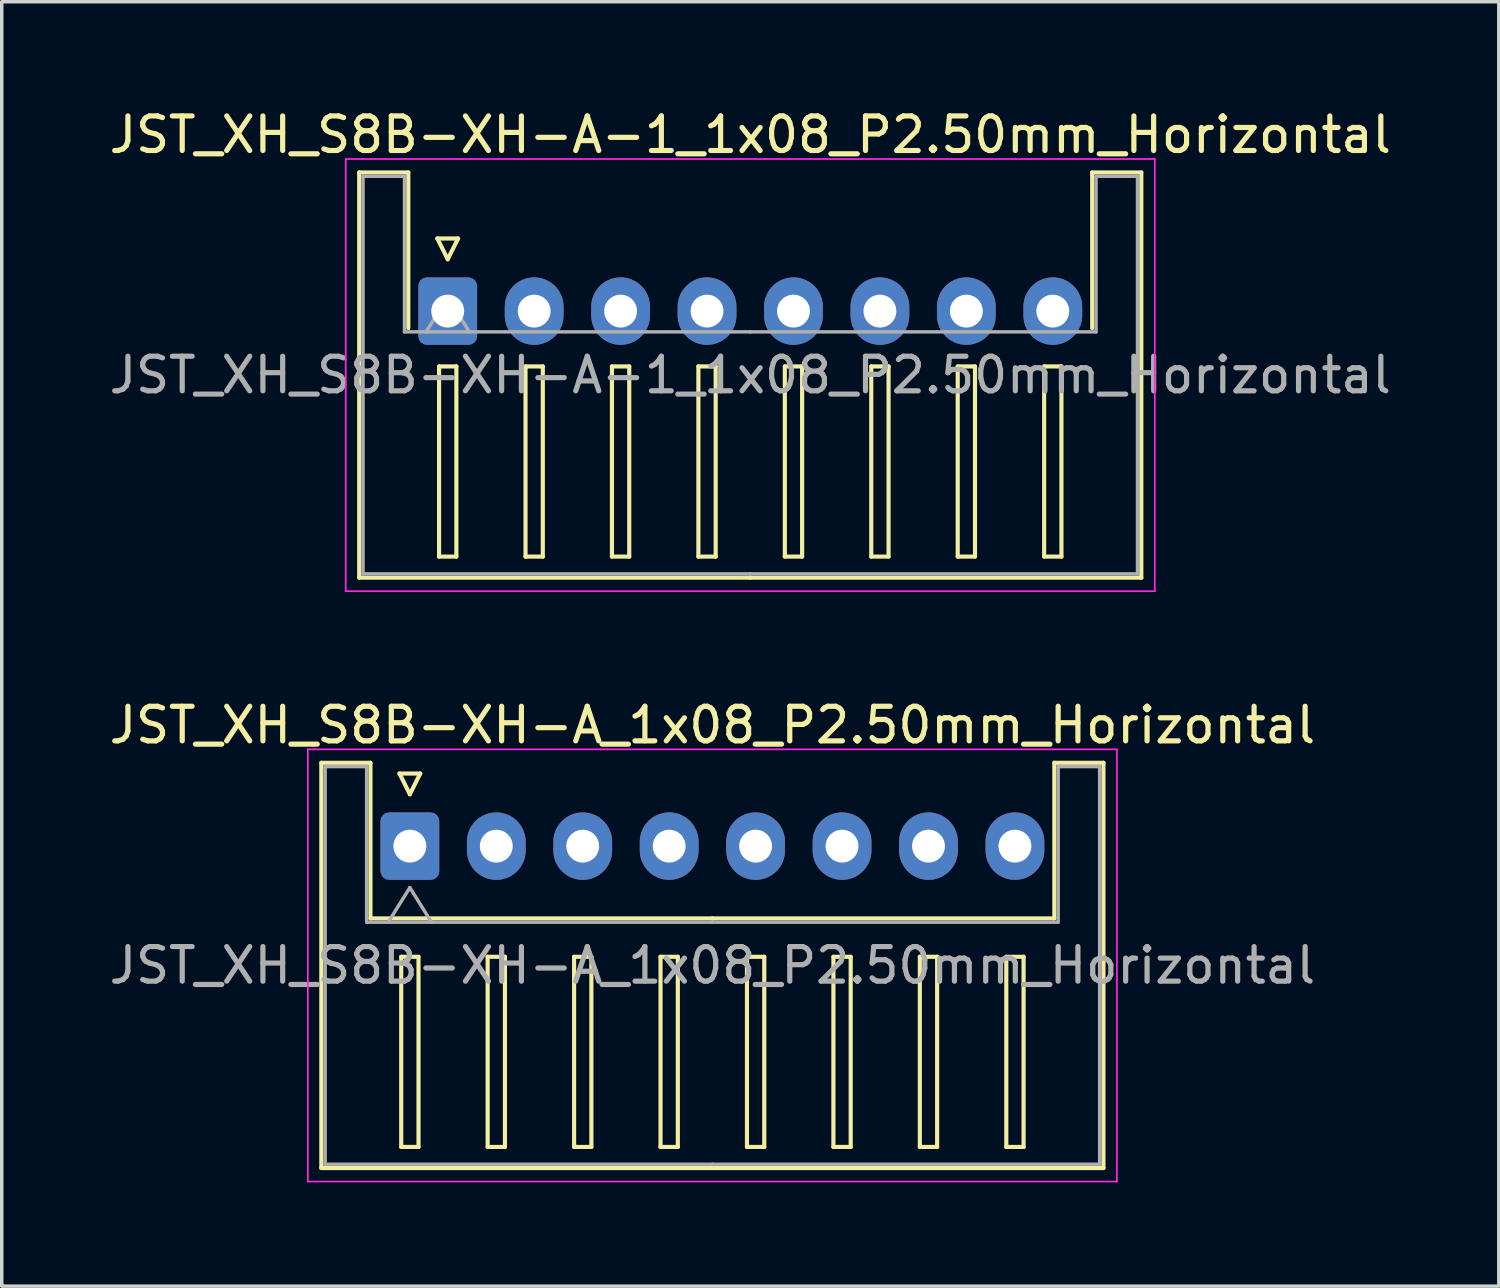
<source format=kicad_pcb>
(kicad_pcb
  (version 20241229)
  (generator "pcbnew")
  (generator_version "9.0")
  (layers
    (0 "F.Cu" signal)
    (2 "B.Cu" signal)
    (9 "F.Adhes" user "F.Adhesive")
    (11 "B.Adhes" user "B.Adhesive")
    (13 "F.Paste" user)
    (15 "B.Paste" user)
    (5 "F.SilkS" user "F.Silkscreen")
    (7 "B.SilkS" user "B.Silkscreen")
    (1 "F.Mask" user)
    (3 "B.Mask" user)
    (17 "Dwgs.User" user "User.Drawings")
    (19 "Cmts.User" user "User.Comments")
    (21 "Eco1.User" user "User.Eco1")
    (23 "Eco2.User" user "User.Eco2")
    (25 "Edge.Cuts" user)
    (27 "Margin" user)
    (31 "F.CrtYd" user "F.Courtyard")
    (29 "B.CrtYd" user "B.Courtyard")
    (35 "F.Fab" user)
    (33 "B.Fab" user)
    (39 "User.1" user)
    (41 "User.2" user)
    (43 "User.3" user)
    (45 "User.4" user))
  (footprint "JST_XH_S8B-XH-A-1_1x08_P2.50mm_Horizontal"
    (layer "F.Cu")
    (at 9.899 5.948)
    (property "Reference" "JST_XH_S8B-XH-A-1_1x08_P2.50mm_Horizontal" (at 8.75 -5.1 0) (layer "F.SilkS") (effects (font (size 1 1) (thickness 0.15))))
    (attr through_hole)
    (fp_line (start -2.56 -4.01) (end -1.14 -4.01) (stroke (width 0.12) (type solid)) (layer "F.SilkS"))
    (fp_line (start -2.56 7.71) (end -2.56 -4.01) (stroke (width 0.12) (type solid)) (layer "F.SilkS"))
    (fp_line (start -1.14 -4.01) (end -1.14 0.49) (stroke (width 0.12) (type solid)) (layer "F.SilkS"))
    (fp_line (start -0.3 -2.1) (end 0.3 -2.1) (stroke (width 0.12) (type solid)) (layer "F.SilkS"))
    (fp_line (start -0.25 1.6) (end -0.25 7.1) (stroke (width 0.12) (type solid)) (layer "F.SilkS"))
    (fp_line (start -0.25 7.1) (end 0.25 7.1) (stroke (width 0.12) (type solid)) (layer "F.SilkS"))
    (fp_line (start 0 -1.5) (end -0.3 -2.1) (stroke (width 0.12) (type solid)) (layer "F.SilkS"))
    (fp_line (start 0.25 1.6) (end -0.25 1.6) (stroke (width 0.12) (type solid)) (layer "F.SilkS"))
    (fp_line (start 0.25 7.1) (end 0.25 1.6) (stroke (width 0.12) (type solid)) (layer "F.SilkS"))
    (fp_line (start 0.3 -2.1) (end 0 -1.5) (stroke (width 0.12) (type solid)) (layer "F.SilkS"))
    (fp_line (start 2.25 1.6) (end 2.25 7.1) (stroke (width 0.12) (type solid)) (layer "F.SilkS"))
    (fp_line (start 2.25 7.1) (end 2.75 7.1) (stroke (width 0.12) (type solid)) (layer "F.SilkS"))
    (fp_line (start 2.75 1.6) (end 2.25 1.6) (stroke (width 0.12) (type solid)) (layer "F.SilkS"))
    (fp_line (start 2.75 7.1) (end 2.75 1.6) (stroke (width 0.12) (type solid)) (layer "F.SilkS"))
    (fp_line (start 4.75 1.6) (end 4.75 7.1) (stroke (width 0.12) (type solid)) (layer "F.SilkS"))
    (fp_line (start 4.75 7.1) (end 5.25 7.1) (stroke (width 0.12) (type solid)) (layer "F.SilkS"))
    (fp_line (start 5.25 1.6) (end 4.75 1.6) (stroke (width 0.12) (type solid)) (layer "F.SilkS"))
    (fp_line (start 5.25 7.1) (end 5.25 1.6) (stroke (width 0.12) (type solid)) (layer "F.SilkS"))
    (fp_line (start 7.25 1.6) (end 7.25 7.1) (stroke (width 0.12) (type solid)) (layer "F.SilkS"))
    (fp_line (start 7.25 7.1) (end 7.75 7.1) (stroke (width 0.12) (type solid)) (layer "F.SilkS"))
    (fp_line (start 7.75 1.6) (end 7.25 1.6) (stroke (width 0.12) (type solid)) (layer "F.SilkS"))
    (fp_line (start 7.75 7.1) (end 7.75 1.6) (stroke (width 0.12) (type solid)) (layer "F.SilkS"))
    (fp_line (start 8.75 7.71) (end -2.56 7.71) (stroke (width 0.12) (type solid)) (layer "F.SilkS"))
    (fp_line (start 8.75 7.71) (end 20.06 7.71) (stroke (width 0.12) (type solid)) (layer "F.SilkS"))
    (fp_line (start 9.75 1.6) (end 9.75 7.1) (stroke (width 0.12) (type solid)) (layer "F.SilkS"))
    (fp_line (start 9.75 7.1) (end 10.25 7.1) (stroke (width 0.12) (type solid)) (layer "F.SilkS"))
    (fp_line (start 10.25 1.6) (end 9.75 1.6) (stroke (width 0.12) (type solid)) (layer "F.SilkS"))
    (fp_line (start 10.25 7.1) (end 10.25 1.6) (stroke (width 0.12) (type solid)) (layer "F.SilkS"))
    (fp_line (start 12.25 1.6) (end 12.25 7.1) (stroke (width 0.12) (type solid)) (layer "F.SilkS"))
    (fp_line (start 12.25 7.1) (end 12.75 7.1) (stroke (width 0.12) (type solid)) (layer "F.SilkS"))
    (fp_line (start 12.75 1.6) (end 12.25 1.6) (stroke (width 0.12) (type solid)) (layer "F.SilkS"))
    (fp_line (start 12.75 7.1) (end 12.75 1.6) (stroke (width 0.12) (type solid)) (layer "F.SilkS"))
    (fp_line (start 14.75 1.6) (end 14.75 7.1) (stroke (width 0.12) (type solid)) (layer "F.SilkS"))
    (fp_line (start 14.75 7.1) (end 15.25 7.1) (stroke (width 0.12) (type solid)) (layer "F.SilkS"))
    (fp_line (start 15.25 1.6) (end 14.75 1.6) (stroke (width 0.12) (type solid)) (layer "F.SilkS"))
    (fp_line (start 15.25 7.1) (end 15.25 1.6) (stroke (width 0.12) (type solid)) (layer "F.SilkS"))
    (fp_line (start 17.25 1.6) (end 17.25 7.1) (stroke (width 0.12) (type solid)) (layer "F.SilkS"))
    (fp_line (start 17.25 7.1) (end 17.75 7.1) (stroke (width 0.12) (type solid)) (layer "F.SilkS"))
    (fp_line (start 17.75 1.6) (end 17.25 1.6) (stroke (width 0.12) (type solid)) (layer "F.SilkS"))
    (fp_line (start 17.75 7.1) (end 17.75 1.6) (stroke (width 0.12) (type solid)) (layer "F.SilkS"))
    (fp_line (start 18.64 -4.01) (end 18.64 0.49) (stroke (width 0.12) (type solid)) (layer "F.SilkS"))
    (fp_line (start 20.06 -4.01) (end 18.64 -4.01) (stroke (width 0.12) (type solid)) (layer "F.SilkS"))
    (fp_line (start 20.06 7.71) (end 20.06 -4.01) (stroke (width 0.12) (type solid)) (layer "F.SilkS"))
    (fp_line (start -2.95 -4.4) (end -2.95 8.1) (stroke (width 0.05) (type solid)) (layer "F.CrtYd"))
    (fp_line (start -2.95 8.1) (end 20.45 8.1) (stroke (width 0.05) (type solid)) (layer "F.CrtYd"))
    (fp_line (start 20.45 -4.4) (end -2.95 -4.4) (stroke (width 0.05) (type solid)) (layer "F.CrtYd"))
    (fp_line (start 20.45 8.1) (end 20.45 -4.4) (stroke (width 0.05) (type solid)) (layer "F.CrtYd"))
    (fp_line (start -2.45 -3.9) (end -1.25 -3.9) (stroke (width 0.1) (type solid)) (layer "F.Fab"))
    (fp_line (start -2.45 7.6) (end -2.45 -3.9) (stroke (width 0.1) (type solid)) (layer "F.Fab"))
    (fp_line (start -1.25 -3.9) (end -1.25 0.6) (stroke (width 0.1) (type solid)) (layer "F.Fab"))
    (fp_line (start -1.25 0.6) (end 8.75 0.6) (stroke (width 0.1) (type solid)) (layer "F.Fab"))
    (fp_line (start -0.625 0.6) (end 0 -0.4) (stroke (width 0.1) (type solid)) (layer "F.Fab"))
    (fp_line (start 0 -0.4) (end 0.625 0.6) (stroke (width 0.1) (type solid)) (layer "F.Fab"))
    (fp_line (start 8.75 7.6) (end -2.45 7.6) (stroke (width 0.1) (type solid)) (layer "F.Fab"))
    (fp_line (start 8.75 7.6) (end 19.95 7.6) (stroke (width 0.1) (type solid)) (layer "F.Fab"))
    (fp_line (start 18.75 -3.9) (end 18.75 0.6) (stroke (width 0.1) (type solid)) (layer "F.Fab"))
    (fp_line (start 18.75 0.6) (end 8.75 0.6) (stroke (width 0.1) (type solid)) (layer "F.Fab"))
    (fp_line (start 19.95 -3.9) (end 18.75 -3.9) (stroke (width 0.1) (type solid)) (layer "F.Fab"))
    (fp_line (start 19.95 7.6) (end 19.95 -3.9) (stroke (width 0.1) (type solid)) (layer "F.Fab"))
    (fp_text user "${REFERENCE}" (at 8.75 1.85 0) (layer "F.Fab") (effects (font (size 1 1) (thickness 0.15))))
    (pad "1" thru_hole roundrect (at 0 0) (size 1.7 1.95) (drill 0.95) (layers "*.Cu" "*.Mask") (roundrect_rratio 0.147))
    (pad "2" thru_hole oval (at 2.5 0) (size 1.7 1.95) (drill 0.95) (layers "*.Cu" "*.Mask"))
    (pad "3" thru_hole oval (at 5 0) (size 1.7 1.95) (drill 0.95) (layers "*.Cu" "*.Mask"))
    (pad "4" thru_hole oval (at 7.5 0) (size 1.7 1.95) (drill 0.95) (layers "*.Cu" "*.Mask"))
    (pad "5" thru_hole oval (at 10 0) (size 1.7 1.95) (drill 0.95) (layers "*.Cu" "*.Mask"))
    (pad "6" thru_hole oval (at 12.5 0) (size 1.7 1.95) (drill 0.95) (layers "*.Cu" "*.Mask"))
    (pad "7" thru_hole oval (at 15 0) (size 1.7 1.95) (drill 0.95) (layers "*.Cu" "*.Mask"))
    (pad "8" thru_hole oval (at 17.5 0) (size 1.7 1.95) (drill 0.95) (layers "*.Cu" "*.Mask")))
  (footprint "JST_XH_S8B-XH-A_1x08_P2.50mm_Horizontal"
    (layer "F.Cu")
    (at 8.804 21.422)
    (property "Reference" "JST_XH_S8B-XH-A_1x08_P2.50mm_Horizontal" (at 8.75 -3.5 0) (layer "F.SilkS") (effects (font (size 1 1) (thickness 0.15))))
    (attr through_hole)
    (fp_line (start -2.56 -2.41) (end -1.14 -2.41) (stroke (width 0.12) (type solid)) (layer "F.SilkS"))
    (fp_line (start -2.56 9.31) (end -2.56 -2.41) (stroke (width 0.12) (type solid)) (layer "F.SilkS"))
    (fp_line (start -1.14 -2.41) (end -1.14 2.09) (stroke (width 0.12) (type solid)) (layer "F.SilkS"))
    (fp_line (start -1.14 2.09) (end 8.75 2.09) (stroke (width 0.12) (type solid)) (layer "F.SilkS"))
    (fp_line (start -0.3 -2.1) (end 0.3 -2.1) (stroke (width 0.12) (type solid)) (layer "F.SilkS"))
    (fp_line (start -0.25 3.2) (end -0.25 8.7) (stroke (width 0.12) (type solid)) (layer "F.SilkS"))
    (fp_line (start -0.25 8.7) (end 0.25 8.7) (stroke (width 0.12) (type solid)) (layer "F.SilkS"))
    (fp_line (start 0 -1.5) (end -0.3 -2.1) (stroke (width 0.12) (type solid)) (layer "F.SilkS"))
    (fp_line (start 0.25 3.2) (end -0.25 3.2) (stroke (width 0.12) (type solid)) (layer "F.SilkS"))
    (fp_line (start 0.25 8.7) (end 0.25 3.2) (stroke (width 0.12) (type solid)) (layer "F.SilkS"))
    (fp_line (start 0.3 -2.1) (end 0 -1.5) (stroke (width 0.12) (type solid)) (layer "F.SilkS"))
    (fp_line (start 2.25 3.2) (end 2.25 8.7) (stroke (width 0.12) (type solid)) (layer "F.SilkS"))
    (fp_line (start 2.25 8.7) (end 2.75 8.7) (stroke (width 0.12) (type solid)) (layer "F.SilkS"))
    (fp_line (start 2.75 3.2) (end 2.25 3.2) (stroke (width 0.12) (type solid)) (layer "F.SilkS"))
    (fp_line (start 2.75 8.7) (end 2.75 3.2) (stroke (width 0.12) (type solid)) (layer "F.SilkS"))
    (fp_line (start 4.75 3.2) (end 4.75 8.7) (stroke (width 0.12) (type solid)) (layer "F.SilkS"))
    (fp_line (start 4.75 8.7) (end 5.25 8.7) (stroke (width 0.12) (type solid)) (layer "F.SilkS"))
    (fp_line (start 5.25 3.2) (end 4.75 3.2) (stroke (width 0.12) (type solid)) (layer "F.SilkS"))
    (fp_line (start 5.25 8.7) (end 5.25 3.2) (stroke (width 0.12) (type solid)) (layer "F.SilkS"))
    (fp_line (start 7.25 3.2) (end 7.25 8.7) (stroke (width 0.12) (type solid)) (layer "F.SilkS"))
    (fp_line (start 7.25 8.7) (end 7.75 8.7) (stroke (width 0.12) (type solid)) (layer "F.SilkS"))
    (fp_line (start 7.75 3.2) (end 7.25 3.2) (stroke (width 0.12) (type solid)) (layer "F.SilkS"))
    (fp_line (start 7.75 8.7) (end 7.75 3.2) (stroke (width 0.12) (type solid)) (layer "F.SilkS"))
    (fp_line (start 8.75 9.31) (end -2.56 9.31) (stroke (width 0.12) (type solid)) (layer "F.SilkS"))
    (fp_line (start 8.75 9.31) (end 20.06 9.31) (stroke (width 0.12) (type solid)) (layer "F.SilkS"))
    (fp_line (start 9.75 3.2) (end 9.75 8.7) (stroke (width 0.12) (type solid)) (layer "F.SilkS"))
    (fp_line (start 9.75 8.7) (end 10.25 8.7) (stroke (width 0.12) (type solid)) (layer "F.SilkS"))
    (fp_line (start 10.25 3.2) (end 9.75 3.2) (stroke (width 0.12) (type solid)) (layer "F.SilkS"))
    (fp_line (start 10.25 8.7) (end 10.25 3.2) (stroke (width 0.12) (type solid)) (layer "F.SilkS"))
    (fp_line (start 12.25 3.2) (end 12.25 8.7) (stroke (width 0.12) (type solid)) (layer "F.SilkS"))
    (fp_line (start 12.25 8.7) (end 12.75 8.7) (stroke (width 0.12) (type solid)) (layer "F.SilkS"))
    (fp_line (start 12.75 3.2) (end 12.25 3.2) (stroke (width 0.12) (type solid)) (layer "F.SilkS"))
    (fp_line (start 12.75 8.7) (end 12.75 3.2) (stroke (width 0.12) (type solid)) (layer "F.SilkS"))
    (fp_line (start 14.75 3.2) (end 14.75 8.7) (stroke (width 0.12) (type solid)) (layer "F.SilkS"))
    (fp_line (start 14.75 8.7) (end 15.25 8.7) (stroke (width 0.12) (type solid)) (layer "F.SilkS"))
    (fp_line (start 15.25 3.2) (end 14.75 3.2) (stroke (width 0.12) (type solid)) (layer "F.SilkS"))
    (fp_line (start 15.25 8.7) (end 15.25 3.2) (stroke (width 0.12) (type solid)) (layer "F.SilkS"))
    (fp_line (start 17.25 3.2) (end 17.25 8.7) (stroke (width 0.12) (type solid)) (layer "F.SilkS"))
    (fp_line (start 17.25 8.7) (end 17.75 8.7) (stroke (width 0.12) (type solid)) (layer "F.SilkS"))
    (fp_line (start 17.75 3.2) (end 17.25 3.2) (stroke (width 0.12) (type solid)) (layer "F.SilkS"))
    (fp_line (start 17.75 8.7) (end 17.75 3.2) (stroke (width 0.12) (type solid)) (layer "F.SilkS"))
    (fp_line (start 18.64 -2.41) (end 18.64 2.09) (stroke (width 0.12) (type solid)) (layer "F.SilkS"))
    (fp_line (start 18.64 2.09) (end 8.75 2.09) (stroke (width 0.12) (type solid)) (layer "F.SilkS"))
    (fp_line (start 20.06 -2.41) (end 18.64 -2.41) (stroke (width 0.12) (type solid)) (layer "F.SilkS"))
    (fp_line (start 20.06 9.31) (end 20.06 -2.41) (stroke (width 0.12) (type solid)) (layer "F.SilkS"))
    (fp_line (start -2.95 -2.8) (end -2.95 9.7) (stroke (width 0.05) (type solid)) (layer "F.CrtYd"))
    (fp_line (start -2.95 9.7) (end 20.45 9.7) (stroke (width 0.05) (type solid)) (layer "F.CrtYd"))
    (fp_line (start 20.45 -2.8) (end -2.95 -2.8) (stroke (width 0.05) (type solid)) (layer "F.CrtYd"))
    (fp_line (start 20.45 9.7) (end 20.45 -2.8) (stroke (width 0.05) (type solid)) (layer "F.CrtYd"))
    (fp_line (start -2.45 -2.3) (end -1.25 -2.3) (stroke (width 0.1) (type solid)) (layer "F.Fab"))
    (fp_line (start -2.45 9.2) (end -2.45 -2.3) (stroke (width 0.1) (type solid)) (layer "F.Fab"))
    (fp_line (start -1.25 -2.3) (end -1.25 2.2) (stroke (width 0.1) (type solid)) (layer "F.Fab"))
    (fp_line (start -1.25 2.2) (end 8.75 2.2) (stroke (width 0.1) (type solid)) (layer "F.Fab"))
    (fp_line (start -0.625 2.2) (end 0 1.2) (stroke (width 0.1) (type solid)) (layer "F.Fab"))
    (fp_line (start 0 1.2) (end 0.625 2.2) (stroke (width 0.1) (type solid)) (layer "F.Fab"))
    (fp_line (start 8.75 9.2) (end -2.45 9.2) (stroke (width 0.1) (type solid)) (layer "F.Fab"))
    (fp_line (start 8.75 9.2) (end 19.95 9.2) (stroke (width 0.1) (type solid)) (layer "F.Fab"))
    (fp_line (start 18.75 -2.3) (end 18.75 2.2) (stroke (width 0.1) (type solid)) (layer "F.Fab"))
    (fp_line (start 18.75 2.2) (end 8.75 2.2) (stroke (width 0.1) (type solid)) (layer "F.Fab"))
    (fp_line (start 19.95 -2.3) (end 18.75 -2.3) (stroke (width 0.1) (type solid)) (layer "F.Fab"))
    (fp_line (start 19.95 9.2) (end 19.95 -2.3) (stroke (width 0.1) (type solid)) (layer "F.Fab"))
    (fp_text user "${REFERENCE}" (at 8.75 3.45 0) (layer "F.Fab") (effects (font (size 1 1) (thickness 0.15))))
    (pad "1" thru_hole roundrect (at 0 0) (size 1.7 1.95) (drill 0.95) (layers "*.Cu" "*.Mask") (roundrect_rratio 0.147))
    (pad "2" thru_hole oval (at 2.5 0) (size 1.7 1.95) (drill 0.95) (layers "*.Cu" "*.Mask"))
    (pad "3" thru_hole oval (at 5 0) (size 1.7 1.95) (drill 0.95) (layers "*.Cu" "*.Mask"))
    (pad "4" thru_hole oval (at 7.5 0) (size 1.7 1.95) (drill 0.95) (layers "*.Cu" "*.Mask"))
    (pad "5" thru_hole oval (at 10 0) (size 1.7 1.95) (drill 0.95) (layers "*.Cu" "*.Mask"))
    (pad "6" thru_hole oval (at 12.5 0) (size 1.7 1.95) (drill 0.95) (layers "*.Cu" "*.Mask"))
    (pad "7" thru_hole oval (at 15 0) (size 1.7 1.95) (drill 0.95) (layers "*.Cu" "*.Mask"))
    (pad "8" thru_hole oval (at 17.5 0) (size 1.7 1.95) (drill 0.95) (layers "*.Cu" "*.Mask")))
  (gr_rect
    (start -3 -3)
    (end 40.298 34.147)
    (stroke (width 0.1) (type default))
    (fill no)
    (layer "Edge.Cuts")))
</source>
